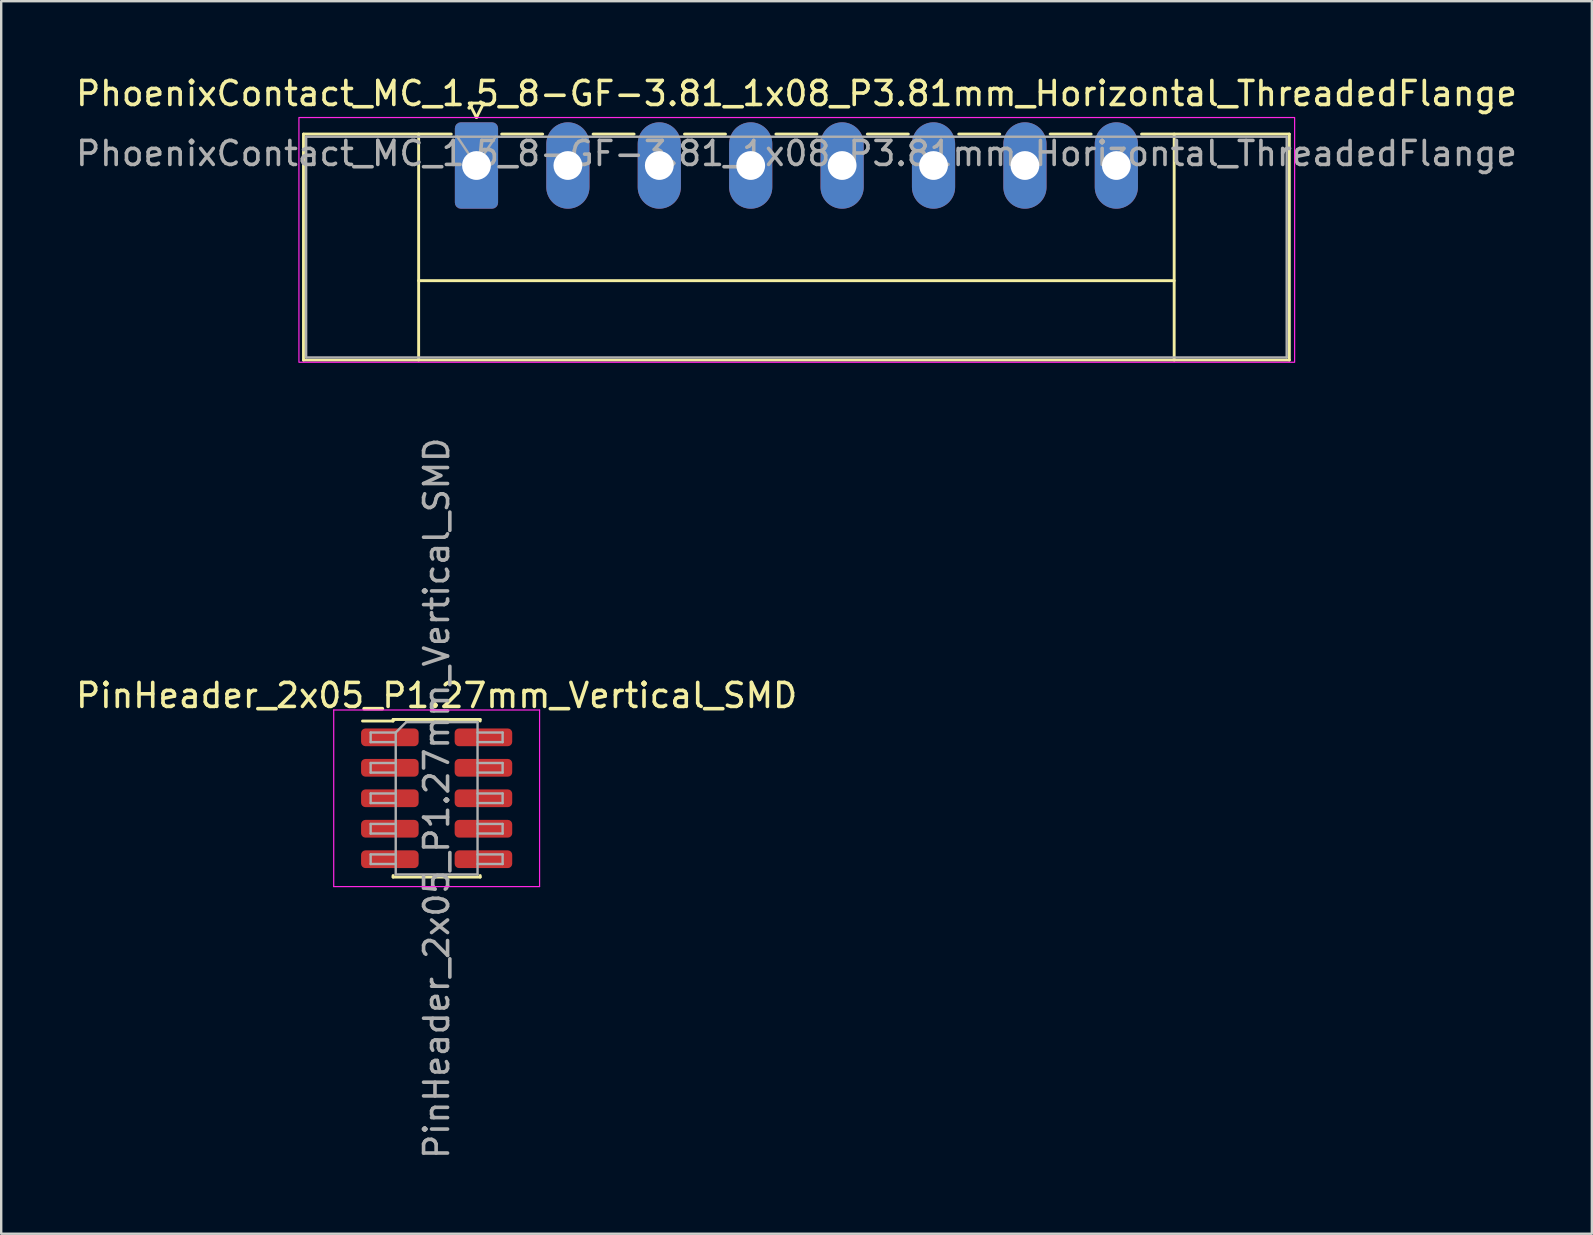
<source format=kicad_pcb>
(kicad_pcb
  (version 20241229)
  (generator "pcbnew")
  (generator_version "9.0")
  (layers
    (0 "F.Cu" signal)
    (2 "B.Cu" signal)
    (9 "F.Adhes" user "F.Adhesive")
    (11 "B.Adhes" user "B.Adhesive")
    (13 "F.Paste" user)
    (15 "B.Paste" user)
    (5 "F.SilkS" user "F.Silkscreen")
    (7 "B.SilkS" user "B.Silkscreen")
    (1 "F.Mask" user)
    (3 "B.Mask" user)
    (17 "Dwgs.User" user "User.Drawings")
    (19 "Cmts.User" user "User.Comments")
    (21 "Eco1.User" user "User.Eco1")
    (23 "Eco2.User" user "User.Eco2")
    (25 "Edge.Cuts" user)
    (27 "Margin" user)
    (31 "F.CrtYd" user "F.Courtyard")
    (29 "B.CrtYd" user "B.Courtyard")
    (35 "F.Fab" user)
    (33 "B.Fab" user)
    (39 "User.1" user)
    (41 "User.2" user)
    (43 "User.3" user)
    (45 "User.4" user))
  (footprint "PinHeader_2x05_P1.27mm_Vertical_SMD"
    (layer "F.Cu")
    (at 15.149 30.222)
    (property "Reference" "PinHeader_2x05_P1.27mm_Vertical_SMD" (at 0 -4.285 0) (layer "F.SilkS") (effects (font (size 1 1) (thickness 0.15))))
    (attr smd)
    (fp_line (start -3.09 -3.22) (end -1.815 -3.22) (stroke (width 0.12) (type solid)) (layer "F.SilkS"))
    (fp_line (start -1.815 -3.285) (end -1.815 -3.22) (stroke (width 0.12) (type solid)) (layer "F.SilkS"))
    (fp_line (start -1.815 -3.285) (end 1.815 -3.285) (stroke (width 0.12) (type solid)) (layer "F.SilkS"))
    (fp_line (start -1.815 3.22) (end -1.815 3.285) (stroke (width 0.12) (type solid)) (layer "F.SilkS"))
    (fp_line (start -1.815 3.285) (end 1.815 3.285) (stroke (width 0.12) (type solid)) (layer "F.SilkS"))
    (fp_line (start 1.815 -3.285) (end 1.815 -3.22) (stroke (width 0.12) (type solid)) (layer "F.SilkS"))
    (fp_line (start 1.815 3.22) (end 1.815 3.285) (stroke (width 0.12) (type solid)) (layer "F.SilkS"))
    (fp_line (start -4.29 -3.68) (end -4.29 3.68) (stroke (width 0.05) (type solid)) (layer "F.CrtYd"))
    (fp_line (start -4.29 3.68) (end 4.29 3.68) (stroke (width 0.05) (type solid)) (layer "F.CrtYd"))
    (fp_line (start 4.29 -3.68) (end -4.29 -3.68) (stroke (width 0.05) (type solid)) (layer "F.CrtYd"))
    (fp_line (start 4.29 3.68) (end 4.29 -3.68) (stroke (width 0.05) (type solid)) (layer "F.CrtYd"))
    (fp_line (start -2.75 -2.74) (end -2.75 -2.34) (stroke (width 0.1) (type solid)) (layer "F.Fab"))
    (fp_line (start -2.75 -2.34) (end -1.705 -2.34) (stroke (width 0.1) (type solid)) (layer "F.Fab"))
    (fp_line (start -2.75 -1.47) (end -2.75 -1.07) (stroke (width 0.1) (type solid)) (layer "F.Fab"))
    (fp_line (start -2.75 -1.07) (end -1.705 -1.07) (stroke (width 0.1) (type solid)) (layer "F.Fab"))
    (fp_line (start -2.75 -0.2) (end -2.75 0.2) (stroke (width 0.1) (type solid)) (layer "F.Fab"))
    (fp_line (start -2.75 0.2) (end -1.705 0.2) (stroke (width 0.1) (type solid)) (layer "F.Fab"))
    (fp_line (start -2.75 1.07) (end -2.75 1.47) (stroke (width 0.1) (type solid)) (layer "F.Fab"))
    (fp_line (start -2.75 1.47) (end -1.705 1.47) (stroke (width 0.1) (type solid)) (layer "F.Fab"))
    (fp_line (start -2.75 2.34) (end -2.75 2.74) (stroke (width 0.1) (type solid)) (layer "F.Fab"))
    (fp_line (start -2.75 2.74) (end -1.705 2.74) (stroke (width 0.1) (type solid)) (layer "F.Fab"))
    (fp_line (start -1.705 -2.74) (end -2.75 -2.74) (stroke (width 0.1) (type solid)) (layer "F.Fab"))
    (fp_line (start -1.705 -2.74) (end -1.27 -3.175) (stroke (width 0.1) (type solid)) (layer "F.Fab"))
    (fp_line (start -1.705 -1.47) (end -2.75 -1.47) (stroke (width 0.1) (type solid)) (layer "F.Fab"))
    (fp_line (start -1.705 -0.2) (end -2.75 -0.2) (stroke (width 0.1) (type solid)) (layer "F.Fab"))
    (fp_line (start -1.705 1.07) (end -2.75 1.07) (stroke (width 0.1) (type solid)) (layer "F.Fab"))
    (fp_line (start -1.705 2.34) (end -2.75 2.34) (stroke (width 0.1) (type solid)) (layer "F.Fab"))
    (fp_line (start -1.705 3.175) (end -1.705 -2.74) (stroke (width 0.1) (type solid)) (layer "F.Fab"))
    (fp_line (start -1.27 -3.175) (end 1.705 -3.175) (stroke (width 0.1) (type solid)) (layer "F.Fab"))
    (fp_line (start 1.705 -3.175) (end 1.705 3.175) (stroke (width 0.1) (type solid)) (layer "F.Fab"))
    (fp_line (start 1.705 -2.74) (end 2.75 -2.74) (stroke (width 0.1) (type solid)) (layer "F.Fab"))
    (fp_line (start 1.705 -1.47) (end 2.75 -1.47) (stroke (width 0.1) (type solid)) (layer "F.Fab"))
    (fp_line (start 1.705 -0.2) (end 2.75 -0.2) (stroke (width 0.1) (type solid)) (layer "F.Fab"))
    (fp_line (start 1.705 1.07) (end 2.75 1.07) (stroke (width 0.1) (type solid)) (layer "F.Fab"))
    (fp_line (start 1.705 2.34) (end 2.75 2.34) (stroke (width 0.1) (type solid)) (layer "F.Fab"))
    (fp_line (start 1.705 3.175) (end -1.705 3.175) (stroke (width 0.1) (type solid)) (layer "F.Fab"))
    (fp_line (start 2.75 -2.74) (end 2.75 -2.34) (stroke (width 0.1) (type solid)) (layer "F.Fab"))
    (fp_line (start 2.75 -2.34) (end 1.705 -2.34) (stroke (width 0.1) (type solid)) (layer "F.Fab"))
    (fp_line (start 2.75 -1.47) (end 2.75 -1.07) (stroke (width 0.1) (type solid)) (layer "F.Fab"))
    (fp_line (start 2.75 -1.07) (end 1.705 -1.07) (stroke (width 0.1) (type solid)) (layer "F.Fab"))
    (fp_line (start 2.75 -0.2) (end 2.75 0.2) (stroke (width 0.1) (type solid)) (layer "F.Fab"))
    (fp_line (start 2.75 0.2) (end 1.705 0.2) (stroke (width 0.1) (type solid)) (layer "F.Fab"))
    (fp_line (start 2.75 1.07) (end 2.75 1.47) (stroke (width 0.1) (type solid)) (layer "F.Fab"))
    (fp_line (start 2.75 1.47) (end 1.705 1.47) (stroke (width 0.1) (type solid)) (layer "F.Fab"))
    (fp_line (start 2.75 2.34) (end 2.75 2.74) (stroke (width 0.1) (type solid)) (layer "F.Fab"))
    (fp_line (start 2.75 2.74) (end 1.705 2.74) (stroke (width 0.1) (type solid)) (layer "F.Fab"))
    (fp_text user "${REFERENCE}" (at 0 0 90) (layer "F.Fab") (effects (font (size 1 1) (thickness 0.15))))
    (pad "1" smd roundrect (at -1.95 -2.54) (size 2.4 0.74) (layers "F.Cu" "F.Mask" "F.Paste") (roundrect_rratio 0.25))
    (pad "2" smd roundrect (at 1.95 -2.54) (size 2.4 0.74) (layers "F.Cu" "F.Mask" "F.Paste") (roundrect_rratio 0.25))
    (pad "3" smd roundrect (at -1.95 -1.27) (size 2.4 0.74) (layers "F.Cu" "F.Mask" "F.Paste") (roundrect_rratio 0.25))
    (pad "4" smd roundrect (at 1.95 -1.27) (size 2.4 0.74) (layers "F.Cu" "F.Mask" "F.Paste") (roundrect_rratio 0.25))
    (pad "5" smd roundrect (at -1.95 0) (size 2.4 0.74) (layers "F.Cu" "F.Mask" "F.Paste") (roundrect_rratio 0.25))
    (pad "6" smd roundrect (at 1.95 0) (size 2.4 0.74) (layers "F.Cu" "F.Mask" "F.Paste") (roundrect_rratio 0.25))
    (pad "7" smd roundrect (at -1.95 1.27) (size 2.4 0.74) (layers "F.Cu" "F.Mask" "F.Paste") (roundrect_rratio 0.25))
    (pad "8" smd roundrect (at 1.95 1.27) (size 2.4 0.74) (layers "F.Cu" "F.Mask" "F.Paste") (roundrect_rratio 0.25))
    (pad "9" smd roundrect (at -1.95 2.54) (size 2.4 0.74) (layers "F.Cu" "F.Mask" "F.Paste") (roundrect_rratio 0.25))
    (pad "10" smd roundrect (at 1.95 2.54) (size 2.4 0.74) (layers "F.Cu" "F.Mask" "F.Paste") (roundrect_rratio 0.25)))
  (footprint "PhoenixContact_MC_1,5_8-GF-3.81_1x08_P3.81mm_Horizontal_ThreadedFlange"
    (layer "F.Cu")
    (at 16.809 3.848)
    (property "Reference" "PhoenixContact_MC_1,5_8-GF-3.81_1x08_P3.81mm_Horizontal_ThreadedFlange" (at 13.34 -3 0) (layer "F.SilkS") (effects (font (size 1 1) (thickness 0.15))))
    (attr through_hole)
    (fp_line (start -7.21 -1.31) (end -7.21 8.11) (stroke (width 0.12) (type solid)) (layer "F.SilkS"))
    (fp_line (start -7.21 -1.31) (end -1.05 -1.31) (stroke (width 0.12) (type solid)) (layer "F.SilkS"))
    (fp_line (start -7.21 8.11) (end 33.88 8.11) (stroke (width 0.12) (type solid)) (layer "F.SilkS"))
    (fp_line (start -2.41 -1.31) (end -2.41 8.11) (stroke (width 0.12) (type solid)) (layer "F.SilkS"))
    (fp_line (start -2.41 4.8) (end 29.08 4.8) (stroke (width 0.12) (type solid)) (layer "F.SilkS"))
    (fp_line (start -0.3 -2.6) (end 0.3 -2.6) (stroke (width 0.12) (type solid)) (layer "F.SilkS"))
    (fp_line (start 0 -2) (end -0.3 -2.6) (stroke (width 0.12) (type solid)) (layer "F.SilkS"))
    (fp_line (start 0.3 -2.6) (end 0 -2) (stroke (width 0.12) (type solid)) (layer "F.SilkS"))
    (fp_line (start 1.05 -1.31) (end 2.76 -1.31) (stroke (width 0.12) (type solid)) (layer "F.SilkS"))
    (fp_line (start 4.86 -1.31) (end 6.57 -1.31) (stroke (width 0.12) (type solid)) (layer "F.SilkS"))
    (fp_line (start 8.67 -1.31) (end 10.38 -1.31) (stroke (width 0.12) (type solid)) (layer "F.SilkS"))
    (fp_line (start 12.48 -1.31) (end 14.19 -1.31) (stroke (width 0.12) (type solid)) (layer "F.SilkS"))
    (fp_line (start 16.29 -1.31) (end 18 -1.31) (stroke (width 0.12) (type solid)) (layer "F.SilkS"))
    (fp_line (start 20.1 -1.31) (end 21.81 -1.31) (stroke (width 0.12) (type solid)) (layer "F.SilkS"))
    (fp_line (start 23.91 -1.31) (end 25.62 -1.31) (stroke (width 0.12) (type solid)) (layer "F.SilkS"))
    (fp_line (start 29.08 -1.31) (end 29.08 8.11) (stroke (width 0.12) (type solid)) (layer "F.SilkS"))
    (fp_line (start 33.88 -1.31) (end 27.72 -1.31) (stroke (width 0.12) (type solid)) (layer "F.SilkS"))
    (fp_line (start 33.88 8.11) (end 33.88 -1.31) (stroke (width 0.12) (type solid)) (layer "F.SilkS"))
    (fp_rect (start -7.4 -2) (end 34.1 8.2) (stroke (width 0.05) (type default)) (fill no) (layer "F.CrtYd"))
    (fp_line (start -7.1 -1.2) (end -7.1 8) (stroke (width 0.1) (type solid)) (layer "F.Fab"))
    (fp_line (start -7.1 8) (end 33.77 8) (stroke (width 0.1) (type solid)) (layer "F.Fab"))
    (fp_line (start 0 0) (end -0.8 -1.2) (stroke (width 0.1) (type solid)) (layer "F.Fab"))
    (fp_line (start 0.8 -1.2) (end 0 0) (stroke (width 0.1) (type solid)) (layer "F.Fab"))
    (fp_line (start 33.77 -1.2) (end -7.1 -1.2) (stroke (width 0.1) (type solid)) (layer "F.Fab"))
    (fp_line (start 33.77 8) (end 33.77 -1.2) (stroke (width 0.1) (type solid)) (layer "F.Fab"))
    (fp_text user "${REFERENCE}" (at 13.34 -0.5 0) (layer "F.Fab") (effects (font (size 1 1) (thickness 0.15))))
    (pad "1" thru_hole roundrect (at 0 0) (size 1.8 3.6) (drill 1.2) (layers "*.Cu" "*.Mask") (roundrect_rratio 0.139))
    (pad "2" thru_hole oval (at 3.81 0) (size 1.8 3.6) (drill 1.2) (layers "*.Cu" "*.Mask"))
    (pad "3" thru_hole oval (at 7.62 0) (size 1.8 3.6) (drill 1.2) (layers "*.Cu" "*.Mask"))
    (pad "4" thru_hole oval (at 11.43 0) (size 1.8 3.6) (drill 1.2) (layers "*.Cu" "*.Mask"))
    (pad "5" thru_hole oval (at 15.24 0) (size 1.8 3.6) (drill 1.2) (layers "*.Cu" "*.Mask"))
    (pad "6" thru_hole oval (at 19.05 0) (size 1.8 3.6) (drill 1.2) (layers "*.Cu" "*.Mask"))
    (pad "7" thru_hole oval (at 22.86 0) (size 1.8 3.6) (drill 1.2) (layers "*.Cu" "*.Mask"))
    (pad "8" thru_hole oval (at 26.67 0) (size 1.8 3.6) (drill 1.2) (layers "*.Cu" "*.Mask")))
  (gr_rect
    (start -3 -3)
    (end 63.298 48.371)
    (stroke (width 0.1) (type default))
    (fill no)
    (layer "Edge.Cuts")))
</source>
